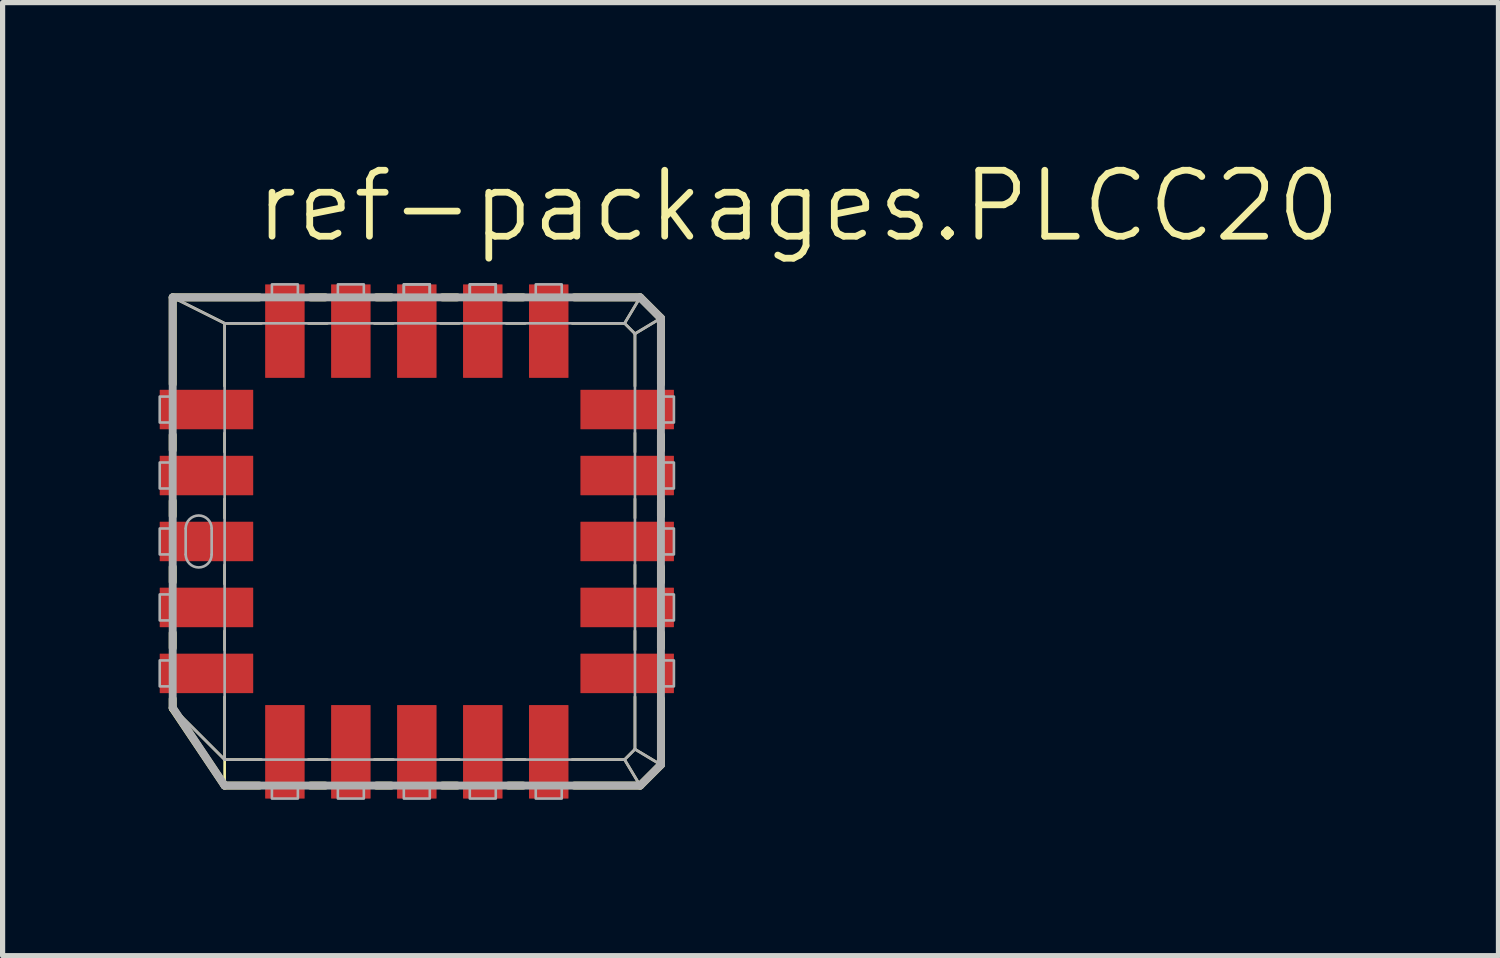
<source format=kicad_pcb>
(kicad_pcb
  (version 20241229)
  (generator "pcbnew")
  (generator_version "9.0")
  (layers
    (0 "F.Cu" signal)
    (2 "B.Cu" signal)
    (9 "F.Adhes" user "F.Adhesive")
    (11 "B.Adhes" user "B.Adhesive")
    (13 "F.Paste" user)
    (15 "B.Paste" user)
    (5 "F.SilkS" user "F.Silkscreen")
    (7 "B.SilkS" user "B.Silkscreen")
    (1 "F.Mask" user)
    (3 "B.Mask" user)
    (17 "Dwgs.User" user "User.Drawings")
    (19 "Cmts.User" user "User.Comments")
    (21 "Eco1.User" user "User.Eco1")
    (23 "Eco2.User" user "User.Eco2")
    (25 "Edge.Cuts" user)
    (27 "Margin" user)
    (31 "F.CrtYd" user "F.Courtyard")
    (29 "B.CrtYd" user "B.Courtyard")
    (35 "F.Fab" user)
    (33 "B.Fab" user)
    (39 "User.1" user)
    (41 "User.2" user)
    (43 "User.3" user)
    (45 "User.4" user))
  (footprint "ref-packages.PLCC20"
    (layer "F.Cu")
    (at 4.975 7.375)
    (property "Reference" "ref-packages.PLCC20" (at -3.175 -5.715 0) (layer "F.SilkS") (effects (font (size 1.27 1.27) (thickness 0.13)) (justify left bottom)))
    (attr smd)
    (fp_line (start -4.7 -4.7) (end -3.7 -4.2) (stroke (width 0.051) (type default)) (layer "F.SilkS"))
    (fp_line (start -4.7 -4.7) (end -3.031 -4.7) (stroke (width 0.152) (type default)) (layer "F.SilkS"))
    (fp_line (start -4.7 -3.031) (end -4.7 -4.7) (stroke (width 0.152) (type default)) (layer "F.SilkS"))
    (fp_line (start -4.7 -1.761) (end -4.7 -2.049) (stroke (width 0.152) (type default)) (layer "F.SilkS"))
    (fp_line (start -4.7 -0.491) (end -4.7 -0.779) (stroke (width 0.152) (type default)) (layer "F.SilkS"))
    (fp_line (start -4.7 0.779) (end -4.7 0.491) (stroke (width 0.152) (type default)) (layer "F.SilkS"))
    (fp_line (start -4.7 2.049) (end -4.7 1.761) (stroke (width 0.152) (type default)) (layer "F.SilkS"))
    (fp_line (start -4.7 3.21) (end -4.7 3.031) (stroke (width 0.152) (type default)) (layer "F.SilkS"))
    (fp_line (start -3.7 -4.2) (end -2.991 -4.2) (stroke (width 0.051) (type default)) (layer "F.SilkS"))
    (fp_line (start -3.7 -2.991) (end -3.7 -4.2) (stroke (width 0.051) (type default)) (layer "F.SilkS"))
    (fp_line (start -3.7 -1.721) (end -3.7 -2.089) (stroke (width 0.051) (type default)) (layer "F.SilkS"))
    (fp_line (start -3.7 -0.451) (end -3.7 -0.819) (stroke (width 0.051) (type default)) (layer "F.SilkS"))
    (fp_line (start -3.7 0.819) (end -3.7 0.451) (stroke (width 0.051) (type default)) (layer "F.SilkS"))
    (fp_line (start -3.7 2.089) (end -3.7 1.721) (stroke (width 0.051) (type default)) (layer "F.SilkS"))
    (fp_line (start -3.7 4.2) (end -4.69 3.21) (stroke (width 0.051) (type default)) (layer "F.SilkS"))
    (fp_line (start -3.7 4.2) (end -3.7 2.991) (stroke (width 0.051) (type default)) (layer "F.SilkS"))
    (fp_line (start -3.7 4.2) (end -3.7 4.69) (stroke (width 0.051) (type default)) (layer "F.SilkS"))
    (fp_line (start -3.7 4.7) (end -4.7 3.21) (stroke (width 0.152) (type default)) (layer "F.SilkS"))
    (fp_line (start -3.031 4.7) (end -3.7 4.7) (stroke (width 0.152) (type default)) (layer "F.SilkS"))
    (fp_line (start -2.991 4.2) (end -3.7 4.2) (stroke (width 0.051) (type default)) (layer "F.SilkS"))
    (fp_line (start -2.089 -4.2) (end -1.721 -4.2) (stroke (width 0.051) (type default)) (layer "F.SilkS"))
    (fp_line (start -2.049 -4.7) (end -1.761 -4.7) (stroke (width 0.152) (type default)) (layer "F.SilkS"))
    (fp_line (start -1.761 4.7) (end -2.049 4.7) (stroke (width 0.152) (type default)) (layer "F.SilkS"))
    (fp_line (start -1.721 4.2) (end -2.089 4.2) (stroke (width 0.051) (type default)) (layer "F.SilkS"))
    (fp_line (start -0.819 -4.2) (end -0.451 -4.2) (stroke (width 0.051) (type default)) (layer "F.SilkS"))
    (fp_line (start -0.779 -4.7) (end -0.491 -4.7) (stroke (width 0.152) (type default)) (layer "F.SilkS"))
    (fp_line (start -0.491 4.7) (end -0.779 4.7) (stroke (width 0.152) (type default)) (layer "F.SilkS"))
    (fp_line (start -0.451 4.2) (end -0.819 4.2) (stroke (width 0.051) (type default)) (layer "F.SilkS"))
    (fp_line (start 0.451 -4.2) (end 0.819 -4.2) (stroke (width 0.051) (type default)) (layer "F.SilkS"))
    (fp_line (start 0.491 -4.7) (end 0.779 -4.7) (stroke (width 0.152) (type default)) (layer "F.SilkS"))
    (fp_line (start 0.779 4.7) (end 0.491 4.7) (stroke (width 0.152) (type default)) (layer "F.SilkS"))
    (fp_line (start 0.819 4.2) (end 0.451 4.2) (stroke (width 0.051) (type default)) (layer "F.SilkS"))
    (fp_line (start 1.721 -4.2) (end 2.089 -4.2) (stroke (width 0.051) (type default)) (layer "F.SilkS"))
    (fp_line (start 1.761 -4.7) (end 2.049 -4.7) (stroke (width 0.152) (type default)) (layer "F.SilkS"))
    (fp_line (start 2.049 4.7) (end 1.761 4.7) (stroke (width 0.152) (type default)) (layer "F.SilkS"))
    (fp_line (start 2.089 4.2) (end 1.721 4.2) (stroke (width 0.051) (type default)) (layer "F.SilkS"))
    (fp_line (start 2.991 -4.2) (end 4 -4.2) (stroke (width 0.051) (type default)) (layer "F.SilkS"))
    (fp_line (start 3.031 -4.7) (end 4.3 -4.7) (stroke (width 0.152) (type default)) (layer "F.SilkS"))
    (fp_line (start 4 -4.2) (end 4.2 -4) (stroke (width 0.051) (type default)) (layer "F.SilkS"))
    (fp_line (start 4 4.2) (end 2.991 4.2) (stroke (width 0.051) (type default)) (layer "F.SilkS"))
    (fp_line (start 4 4.2) (end 4.3 4.7) (stroke (width 0.051) (type default)) (layer "F.SilkS"))
    (fp_line (start 4.2 -4) (end 4.2 -2.991) (stroke (width 0.051) (type default)) (layer "F.SilkS"))
    (fp_line (start 4.2 -4) (end 4.7 -4.3) (stroke (width 0.051) (type default)) (layer "F.SilkS"))
    (fp_line (start 4.2 -2.089) (end 4.2 -1.721) (stroke (width 0.051) (type default)) (layer "F.SilkS"))
    (fp_line (start 4.2 -0.819) (end 4.2 -0.451) (stroke (width 0.051) (type default)) (layer "F.SilkS"))
    (fp_line (start 4.2 0.451) (end 4.2 0.819) (stroke (width 0.051) (type default)) (layer "F.SilkS"))
    (fp_line (start 4.2 1.721) (end 4.2 2.089) (stroke (width 0.051) (type default)) (layer "F.SilkS"))
    (fp_line (start 4.2 2.991) (end 4.2 4) (stroke (width 0.051) (type default)) (layer "F.SilkS"))
    (fp_line (start 4.2 4) (end 4 4.2) (stroke (width 0.051) (type default)) (layer "F.SilkS"))
    (fp_line (start 4.2 4) (end 4.7 4.3) (stroke (width 0.051) (type default)) (layer "F.SilkS"))
    (fp_line (start 4.3 -4.7) (end 4 -4.2) (stroke (width 0.051) (type default)) (layer "F.SilkS"))
    (fp_line (start 4.3 -4.7) (end 4.7 -4.3) (stroke (width 0.152) (type default)) (layer "F.SilkS"))
    (fp_line (start 4.3 4.7) (end 3.031 4.7) (stroke (width 0.152) (type default)) (layer "F.SilkS"))
    (fp_line (start 4.7 -4.3) (end 4.7 -3.031) (stroke (width 0.152) (type default)) (layer "F.SilkS"))
    (fp_line (start 4.7 -2.049) (end 4.7 -1.761) (stroke (width 0.152) (type default)) (layer "F.SilkS"))
    (fp_line (start 4.7 -0.779) (end 4.7 -0.491) (stroke (width 0.152) (type default)) (layer "F.SilkS"))
    (fp_line (start 4.7 0.491) (end 4.7 0.779) (stroke (width 0.152) (type default)) (layer "F.SilkS"))
    (fp_line (start 4.7 1.761) (end 4.7 2.049) (stroke (width 0.152) (type default)) (layer "F.SilkS"))
    (fp_line (start 4.7 3.031) (end 4.7 4.3) (stroke (width 0.152) (type default)) (layer "F.SilkS"))
    (fp_line (start 4.7 4.3) (end 4.3 4.7) (stroke (width 0.152) (type default)) (layer "F.SilkS"))
    (fp_line (start -4.7 -4.7) (end -3.7 -4.2) (stroke (width 0.051) (type default)) (layer "F.Fab"))
    (fp_line (start -4.7 -4.7) (end 4.3 -4.7) (stroke (width 0.152) (type default)) (layer "F.Fab"))
    (fp_line (start -4.7 3.2) (end -4.7 -4.7) (stroke (width 0.152) (type default)) (layer "F.Fab"))
    (fp_line (start -4.7 3.2) (end -3.7 4.2) (stroke (width 0.051) (type default)) (layer "F.Fab"))
    (fp_line (start -4.45 -0.25) (end -4.45 0.25) (stroke (width 0.051) (type default)) (layer "F.Fab"))
    (fp_line (start -3.95 -0.25) (end -3.95 0.25) (stroke (width 0.051) (type default)) (layer "F.Fab"))
    (fp_line (start -3.7 -4.2) (end 4 -4.2) (stroke (width 0.051) (type default)) (layer "F.Fab"))
    (fp_line (start -3.7 4.2) (end -3.7 -4.2) (stroke (width 0.051) (type default)) (layer "F.Fab"))
    (fp_line (start -3.7 4.7) (end -4.7 3.2) (stroke (width 0.152) (type default)) (layer "F.Fab"))
    (fp_line (start 4 -4.2) (end 4.2 -4) (stroke (width 0.051) (type default)) (layer "F.Fab"))
    (fp_line (start 4 4.2) (end -3.7 4.2) (stroke (width 0.051) (type default)) (layer "F.Fab"))
    (fp_line (start 4 4.2) (end 4.3 4.7) (stroke (width 0.051) (type default)) (layer "F.Fab"))
    (fp_line (start 4.2 -4) (end 4.2 4) (stroke (width 0.051) (type default)) (layer "F.Fab"))
    (fp_line (start 4.2 -4) (end 4.7 -4.3) (stroke (width 0.051) (type default)) (layer "F.Fab"))
    (fp_line (start 4.2 4) (end 4 4.2) (stroke (width 0.051) (type default)) (layer "F.Fab"))
    (fp_line (start 4.2 4) (end 4.7 4.3) (stroke (width 0.051) (type default)) (layer "F.Fab"))
    (fp_line (start 4.3 -4.7) (end 4 -4.2) (stroke (width 0.051) (type default)) (layer "F.Fab"))
    (fp_line (start 4.3 -4.7) (end 4.7 -4.3) (stroke (width 0.152) (type default)) (layer "F.Fab"))
    (fp_line (start 4.3 4.7) (end -3.7 4.7) (stroke (width 0.152) (type default)) (layer "F.Fab"))
    (fp_line (start 4.7 -4.3) (end 4.7 4.3) (stroke (width 0.152) (type default)) (layer "F.Fab"))
    (fp_line (start 4.7 4.3) (end 4.3 4.7) (stroke (width 0.152) (type default)) (layer "F.Fab"))
    (fp_rect (start -4.95 -2.29) (end -4.7 -2.79) (stroke (width 0.05) (type default)) (fill no) (layer "F.Fab"))
    (fp_rect (start -4.95 -1.02) (end -4.7 -1.52) (stroke (width 0.05) (type default)) (fill no) (layer "F.Fab"))
    (fp_rect (start -4.95 0.25) (end -4.7 -0.25) (stroke (width 0.05) (type default)) (fill no) (layer "F.Fab"))
    (fp_rect (start -4.95 1.52) (end -4.7 1.02) (stroke (width 0.05) (type default)) (fill no) (layer "F.Fab"))
    (fp_rect (start -4.95 2.79) (end -4.7 2.29) (stroke (width 0.05) (type default)) (fill no) (layer "F.Fab"))
    (fp_rect (start -2.79 -4.7) (end -2.29 -4.95) (stroke (width 0.05) (type default)) (fill no) (layer "F.Fab"))
    (fp_rect (start -2.79 4.95) (end -2.29 4.7) (stroke (width 0.05) (type default)) (fill no) (layer "F.Fab"))
    (fp_rect (start -1.52 -4.7) (end -1.02 -4.95) (stroke (width 0.05) (type default)) (fill no) (layer "F.Fab"))
    (fp_rect (start -1.52 4.95) (end -1.02 4.7) (stroke (width 0.05) (type default)) (fill no) (layer "F.Fab"))
    (fp_rect (start -0.25 -4.7) (end 0.25 -4.95) (stroke (width 0.05) (type default)) (fill no) (layer "F.Fab"))
    (fp_rect (start -0.25 -4.7) (end 0.25 -4.95) (stroke (width 0.05) (type default)) (fill no) (layer "F.Fab"))
    (fp_rect (start -0.25 4.95) (end 0.25 4.7) (stroke (width 0.05) (type default)) (fill no) (layer "F.Fab"))
    (fp_rect (start 1.02 -4.7) (end 1.52 -4.95) (stroke (width 0.05) (type default)) (fill no) (layer "F.Fab"))
    (fp_rect (start 1.02 -4.7) (end 1.52 -4.95) (stroke (width 0.05) (type default)) (fill no) (layer "F.Fab"))
    (fp_rect (start 1.02 4.95) (end 1.52 4.7) (stroke (width 0.05) (type default)) (fill no) (layer "F.Fab"))
    (fp_rect (start 2.29 -4.7) (end 2.79 -4.95) (stroke (width 0.05) (type default)) (fill no) (layer "F.Fab"))
    (fp_rect (start 2.29 4.95) (end 2.79 4.7) (stroke (width 0.05) (type default)) (fill no) (layer "F.Fab"))
    (fp_rect (start 4.7 -2.29) (end 4.95 -2.79) (stroke (width 0.05) (type default)) (fill no) (layer "F.Fab"))
    (fp_rect (start 4.7 -1.02) (end 4.95 -1.52) (stroke (width 0.05) (type default)) (fill no) (layer "F.Fab"))
    (fp_rect (start 4.7 0.25) (end 4.95 -0.25) (stroke (width 0.05) (type default)) (fill no) (layer "F.Fab"))
    (fp_rect (start 4.7 1.52) (end 4.95 1.02) (stroke (width 0.05) (type default)) (fill no) (layer "F.Fab"))
    (fp_rect (start 4.7 2.79) (end 4.95 2.29) (stroke (width 0.05) (type default)) (fill no) (layer "F.Fab"))
    (fp_arc (start -4.45 -0.25) (mid -4.2 -0.5) (end -3.95 -0.25) (stroke (width 0.0508) (type default)) (layer "F.Fab"))
    (fp_arc (start -3.95 0.25) (mid -4.2 0.5) (end -4.45 0.25) (stroke (width 0.0508) (type default)) (layer "F.Fab"))
    (pad "1" smd roundrect (at -4.05 0) (size 1.8 0.76) (layers "F.Cu" "F.Mask" "F.Paste") (roundrect_rratio 0.01))
    (pad "2" smd roundrect (at -4.05 1.27) (size 1.8 0.76) (layers "F.Cu" "F.Mask" "F.Paste") (roundrect_rratio 0.01))
    (pad "3" smd roundrect (at -4.05 2.54) (size 1.8 0.76) (layers "F.Cu" "F.Mask" "F.Paste") (roundrect_rratio 0.01))
    (pad "4" smd roundrect (at -2.54 4.05) (size 0.76 1.8) (layers "F.Cu" "F.Mask" "F.Paste") (roundrect_rratio 0.01))
    (pad "5" smd roundrect (at -1.27 4.05) (size 0.76 1.8) (layers "F.Cu" "F.Mask" "F.Paste") (roundrect_rratio 0.01))
    (pad "6" smd roundrect (at 0 4.05) (size 0.76 1.8) (layers "F.Cu" "F.Mask" "F.Paste") (roundrect_rratio 0.01))
    (pad "7" smd roundrect (at 1.27 4.05) (size 0.76 1.8) (layers "F.Cu" "F.Mask" "F.Paste") (roundrect_rratio 0.01))
    (pad "8" smd roundrect (at 2.54 4.05) (size 0.76 1.8) (layers "F.Cu" "F.Mask" "F.Paste") (roundrect_rratio 0.01))
    (pad "9" smd roundrect (at 4.05 2.54) (size 1.8 0.76) (layers "F.Cu" "F.Mask" "F.Paste") (roundrect_rratio 0.01))
    (pad "10" smd roundrect (at 4.05 1.27) (size 1.8 0.76) (layers "F.Cu" "F.Mask" "F.Paste") (roundrect_rratio 0.01))
    (pad "11" smd roundrect (at 4.05 0) (size 1.8 0.76) (layers "F.Cu" "F.Mask" "F.Paste") (roundrect_rratio 0.01))
    (pad "12" smd roundrect (at 4.05 -1.27) (size 1.8 0.76) (layers "F.Cu" "F.Mask" "F.Paste") (roundrect_rratio 0.01))
    (pad "13" smd roundrect (at 4.05 -2.54) (size 1.8 0.76) (layers "F.Cu" "F.Mask" "F.Paste") (roundrect_rratio 0.01))
    (pad "14" smd roundrect (at 2.54 -4.05) (size 0.76 1.8) (layers "F.Cu" "F.Mask" "F.Paste") (roundrect_rratio 0.01))
    (pad "15" smd roundrect (at 1.27 -4.05) (size 0.76 1.8) (layers "F.Cu" "F.Mask" "F.Paste") (roundrect_rratio 0.01))
    (pad "16" smd roundrect (at 0 -4.05) (size 0.76 1.8) (layers "F.Cu" "F.Mask" "F.Paste") (roundrect_rratio 0.01))
    (pad "17" smd roundrect (at -1.27 -4.05) (size 0.76 1.8) (layers "F.Cu" "F.Mask" "F.Paste") (roundrect_rratio 0.01))
    (pad "18" smd roundrect (at -2.54 -4.05) (size 0.76 1.8) (layers "F.Cu" "F.Mask" "F.Paste") (roundrect_rratio 0.01))
    (pad "19" smd roundrect (at -4.05 -2.54) (size 1.8 0.76) (layers "F.Cu" "F.Mask" "F.Paste") (roundrect_rratio 0.01))
    (pad "20" smd roundrect (at -4.05 -1.27) (size 1.8 0.76) (layers "F.Cu" "F.Mask" "F.Paste") (roundrect_rratio 0.01)))
  (gr_rect
    (start -3 -3)
    (end 25.8 15.35)
    (stroke (width 0.1) (type default))
    (fill no)
    (layer "Edge.Cuts")))
</source>
